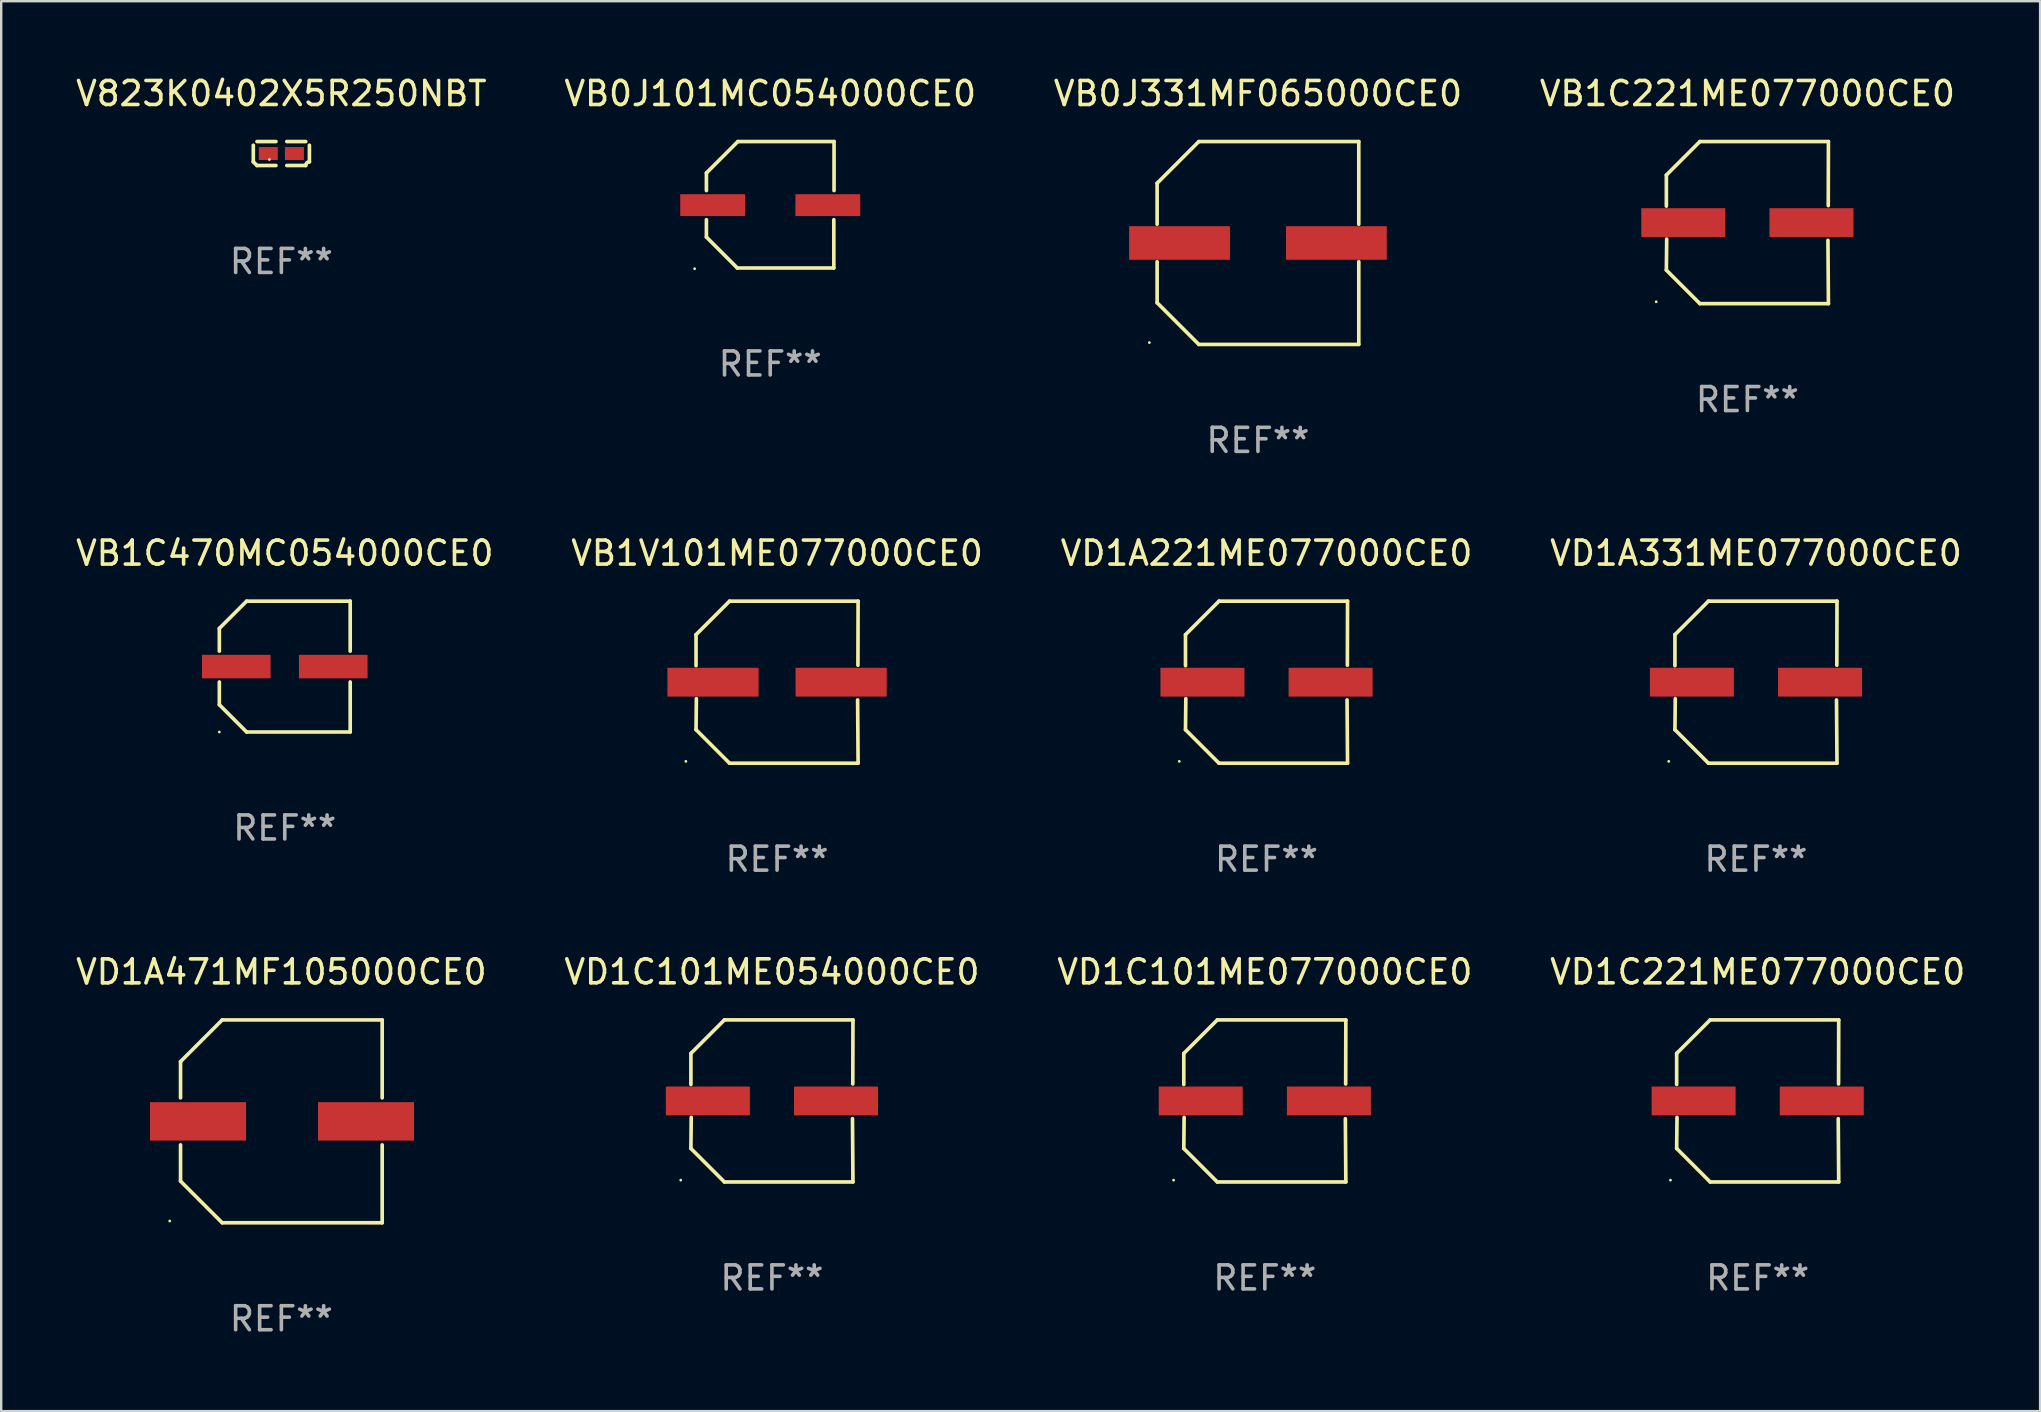
<source format=kicad_pcb>
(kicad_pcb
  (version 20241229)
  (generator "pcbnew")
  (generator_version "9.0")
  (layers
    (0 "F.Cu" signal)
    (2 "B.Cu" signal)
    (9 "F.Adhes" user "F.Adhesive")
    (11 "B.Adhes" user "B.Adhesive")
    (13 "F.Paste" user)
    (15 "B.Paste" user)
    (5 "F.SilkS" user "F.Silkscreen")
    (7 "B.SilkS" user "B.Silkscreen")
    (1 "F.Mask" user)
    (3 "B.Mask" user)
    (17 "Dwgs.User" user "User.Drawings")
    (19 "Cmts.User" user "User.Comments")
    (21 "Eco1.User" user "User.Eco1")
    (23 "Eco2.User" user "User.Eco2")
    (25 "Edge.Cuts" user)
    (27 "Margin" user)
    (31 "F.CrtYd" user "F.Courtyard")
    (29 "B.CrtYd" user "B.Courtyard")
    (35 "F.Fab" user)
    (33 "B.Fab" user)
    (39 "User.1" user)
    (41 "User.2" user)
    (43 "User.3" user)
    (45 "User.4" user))
  (footprint "VB0J101MC054000CE0"
    (layer "F.Cu")
    (at 29.042 5.482)
    (property "Reference" "VB0J101MC054000CE0" (at 0 -4.634 0) (layer "F.SilkS") (effects (font (size 1 1) (thickness 0.15))))
    (attr through_hole)
    (fp_line (start -2.659 -1.326) (end -2.659 -0.592) (stroke (width 0.152) (type solid)) (layer "F.SilkS"))
    (fp_line (start -2.659 1.346) (end -2.659 0.622) (stroke (width 0.152) (type solid)) (layer "F.SilkS"))
    (fp_line (start -1.372 2.634) (end -2.659 1.346) (stroke (width 0.152) (type solid)) (layer "F.SilkS"))
    (fp_line (start -1.349 -2.634) (end -2.659 -1.326) (stroke (width 0.152) (type solid)) (layer "F.SilkS"))
    (fp_line (start 2.649 0.622) (end 2.649 2.634) (stroke (width 0.152) (type solid)) (layer "F.SilkS"))
    (fp_line (start 2.649 2.634) (end -1.372 2.634) (stroke (width 0.152) (type solid)) (layer "F.SilkS"))
    (fp_line (start 2.659 -2.634) (end -1.349 -2.634) (stroke (width 0.152) (type solid)) (layer "F.SilkS"))
    (fp_line (start 2.659 -0.592) (end 2.659 -2.634) (stroke (width 0.152) (type solid)) (layer "F.SilkS"))
    (fp_circle (center -3.15 2.665) (end -3.12 2.665) (stroke (width 0.06) (type solid)) (fill no) (layer "F.SilkS"))
    (fp_text user "REF**" (at 0 6.634 0) (layer "F.Fab") (effects (font (size 1 1) (thickness 0.15))))
    (pad "1" smd rect (at -2.4 0.015) (size 2.7 0.91) (layers "F.Cu" "F.Mask" "F.Paste"))
    (pad "2" smd rect (at 2.4 0.015) (size 2.7 0.91) (layers "F.Cu" "F.Mask" "F.Paste")))
  (footprint "VD1C221ME077000CE0"
    (layer "F.Cu")
    (at 70.185 42.821)
    (property "Reference" "VD1C221ME077000CE0" (at 0 -5.376 0) (layer "F.SilkS") (effects (font (size 1 1) (thickness 0.15))))
    (attr through_hole)
    (fp_line (start -3.376 -1.98) (end -3.376 -0.686) (stroke (width 0.152) (type solid)) (layer "F.SilkS"))
    (fp_line (start -3.376 1.981) (end -3.362 0.686) (stroke (width 0.152) (type solid)) (layer "F.SilkS"))
    (fp_line (start -1.981 3.376) (end -3.376 1.981) (stroke (width 0.152) (type solid)) (layer "F.SilkS"))
    (fp_line (start -1.98 -3.376) (end -3.376 -1.98) (stroke (width 0.152) (type solid)) (layer "F.SilkS"))
    (fp_line (start 3.356 0.74) (end 3.376 3.376) (stroke (width 0.152) (type solid)) (layer "F.SilkS"))
    (fp_line (start 3.369 -0.707) (end 3.376 -3.376) (stroke (width 0.152) (type solid)) (layer "F.SilkS"))
    (fp_line (start 3.376 3.376) (end -1.981 3.376) (stroke (width 0.152) (type solid)) (layer "F.SilkS"))
    (fp_line (start 3.376 -3.376) (end -1.98 -3.376) (stroke (width 0.152) (type solid)) (layer "F.SilkS"))
    (fp_circle (center -3.634 3.3) (end -3.604 3.3) (stroke (width 0.06) (type solid)) (fill no) (layer "F.SilkS"))
    (fp_text user "REF**" (at 0 7.376 0) (layer "F.Fab") (effects (font (size 1 1) (thickness 0.15))))
    (pad "1" smd rect (at -2.67 0.000254) (size 3.5 1.2) (layers "F.Cu" "F.Mask" "F.Paste"))
    (pad "2" smd rect (at 2.67 0.000254) (size 3.5 1.2) (layers "F.Cu" "F.Mask" "F.Paste")))
  (footprint "VD1A471MF105000CE0"
    (layer "F.Cu")
    (at 8.673 43.672)
    (property "Reference" "VD1A471MF105000CE0" (at 0 -6.226 0) (layer "F.SilkS") (effects (font (size 1 1) (thickness 0.15))))
    (attr through_hole)
    (fp_line (start -4.201 -0.98) (end -4.201 -2.49) (stroke (width 0.152) (type solid)) (layer "F.SilkS"))
    (fp_line (start -4.201 2.49) (end -4.201 0.98) (stroke (width 0.152) (type solid)) (layer "F.SilkS"))
    (fp_line (start -2.465 -4.226) (end -4.201 -2.49) (stroke (width 0.152) (type solid)) (layer "F.SilkS"))
    (fp_line (start -2.465 4.226) (end -4.201 2.49) (stroke (width 0.152) (type solid)) (layer "F.SilkS"))
    (fp_line (start 4.201 -4.226) (end -2.465 -4.226) (stroke (width 0.152) (type solid)) (layer "F.SilkS"))
    (fp_line (start 4.201 -4.226) (end 4.201 -0.98) (stroke (width 0.152) (type solid)) (layer "F.SilkS"))
    (fp_line (start 4.201 0.98) (end 4.201 4.226) (stroke (width 0.152) (type solid)) (layer "F.SilkS"))
    (fp_line (start 4.201 4.226) (end -2.465 4.226) (stroke (width 0.152) (type solid)) (layer "F.SilkS"))
    (fp_circle (center -4.651 4.152) (end -4.621 4.152) (stroke (width 0.06) (type solid)) (fill no) (layer "F.SilkS"))
    (fp_text user "REF**" (at 0 8.226 0) (layer "F.Fab") (effects (font (size 1 1) (thickness 0.15))))
    (pad "1" smd rect (at -3.474 0) (size 4 1.6) (layers "F.Cu" "F.Mask" "F.Paste"))
    (pad "2" smd rect (at 3.526 0) (size 4 1.6) (layers "F.Cu" "F.Mask" "F.Paste")))
  (footprint "V823K0402X5R250NBT"
    (layer "F.Cu")
    (at 8.673 3.347)
    (property "Reference" "V823K0402X5R250NBT" (at 0 -2.499 0) (layer "F.SilkS") (effects (font (size 1 1) (thickness 0.15))))
    (attr through_hole)
    (fp_line (start -1.169 0.346) (end -1.169 -0.346) (stroke (width 0.152) (type solid)) (layer "F.SilkS"))
    (fp_line (start -1.016 -0.499) (end -0.226 -0.499) (stroke (width 0.152) (type solid)) (layer "F.SilkS"))
    (fp_line (start -0.226 0.499) (end -1.016 0.499) (stroke (width 0.152) (type solid)) (layer "F.SilkS"))
    (fp_line (start 0.226 0.499) (end 1.016 0.499) (stroke (width 0.152) (type solid)) (layer "F.SilkS"))
    (fp_line (start 1.016 -0.499) (end 0.226 -0.499) (stroke (width 0.152) (type solid)) (layer "F.SilkS"))
    (fp_line (start 1.169 0.346) (end 1.169 -0.346) (stroke (width 0.152) (type solid)) (layer "F.SilkS"))
    (fp_arc (start -1.016307 0.498603) (mid -1.092512 0.422405) (end -1.16871 0.3462) (stroke (width 0.1524) (type solid)) (layer "F.SilkS"))
    (fp_arc (start 1.016307 0.498603) (mid 1.060899 0.390758) (end 1.168707 0.346076) (stroke (width 0.1524) (type solid)) (layer "F.SilkS"))
    (fp_circle (center -0.5 0.25) (end -0.47 0.25) (stroke (width 0.06) (type solid)) (fill no) (layer "F.SilkS"))
    (fp_text user "REF**" (at 0 4.499 0) (layer "F.Fab") (effects (font (size 1 1) (thickness 0.15))))
    (pad "1" smd rect (at -0.545 0) (size 0.79 0.54) (layers "F.Cu" "F.Mask" "F.Paste"))
    (pad "2" smd rect (at 0.545 0) (size 0.79 0.54) (layers "F.Cu" "F.Mask" "F.Paste")))
  (footprint "VB1C470MC054000CE0"
    (layer "F.Cu")
    (at 8.815 24.723)
    (property "Reference" "VB1C470MC054000CE0" (at 0 -4.726 0) (layer "F.SilkS") (effects (font (size 1 1) (thickness 0.15))))
    (attr through_hole)
    (fp_line (start -2.726 -1.59) (end -1.59 -2.726) (stroke (width 0.152) (type solid)) (layer "F.SilkS"))
    (fp_line (start -2.726 -0.642) (end -2.726 -1.59) (stroke (width 0.152) (type solid)) (layer "F.SilkS"))
    (fp_line (start -2.726 0.642) (end -2.726 1.59) (stroke (width 0.152) (type solid)) (layer "F.SilkS"))
    (fp_line (start -2.726 1.59) (end -1.59 2.726) (stroke (width 0.152) (type solid)) (layer "F.SilkS"))
    (fp_line (start -1.59 -2.726) (end 2.726 -2.726) (stroke (width 0.152) (type solid)) (layer "F.SilkS"))
    (fp_line (start -1.59 2.726) (end 2.726 2.726) (stroke (width 0.152) (type solid)) (layer "F.SilkS"))
    (fp_line (start 2.726 -2.726) (end 2.726 -0.642) (stroke (width 0.152) (type solid)) (layer "F.SilkS"))
    (fp_line (start 2.726 2.726) (end 2.726 0.642) (stroke (width 0.152) (type solid)) (layer "F.SilkS"))
    (fp_circle (center -2.726 2.726) (end -2.696 2.726) (stroke (width 0.06) (type solid)) (fill no) (layer "F.SilkS"))
    (fp_text user "REF**" (at 0 6.726 0) (layer "F.Fab") (effects (font (size 1 1) (thickness 0.15))))
    (pad "1" smd rect (at -2.02 -0.000013) (size 2.86 0.98) (layers "F.Cu" "F.Mask" "F.Paste"))
    (pad "2" smd rect (at 2.02 -0.000013) (size 2.86 0.98) (layers "F.Cu" "F.Mask" "F.Paste")))
  (footprint "VD1C101ME054000CE0"
    (layer "F.Cu")
    (at 29.113 42.821)
    (property "Reference" "VD1C101ME054000CE0" (at 0 -5.376 0) (layer "F.SilkS") (effects (font (size 1 1) (thickness 0.15))))
    (attr through_hole)
    (fp_line (start -3.376 -1.98) (end -3.376 -0.686) (stroke (width 0.152) (type solid)) (layer "F.SilkS"))
    (fp_line (start -3.376 1.981) (end -3.362 0.686) (stroke (width 0.152) (type solid)) (layer "F.SilkS"))
    (fp_line (start -1.981 3.376) (end -3.376 1.981) (stroke (width 0.152) (type solid)) (layer "F.SilkS"))
    (fp_line (start -1.98 -3.376) (end -3.376 -1.98) (stroke (width 0.152) (type solid)) (layer "F.SilkS"))
    (fp_line (start 3.356 0.74) (end 3.376 3.376) (stroke (width 0.152) (type solid)) (layer "F.SilkS"))
    (fp_line (start 3.369 -0.707) (end 3.376 -3.376) (stroke (width 0.152) (type solid)) (layer "F.SilkS"))
    (fp_line (start 3.376 3.376) (end -1.981 3.376) (stroke (width 0.152) (type solid)) (layer "F.SilkS"))
    (fp_line (start 3.376 -3.376) (end -1.98 -3.376) (stroke (width 0.152) (type solid)) (layer "F.SilkS"))
    (fp_circle (center -3.8 3.3) (end -3.77 3.3) (stroke (width 0.06) (type solid)) (fill no) (layer "F.SilkS"))
    (fp_text user "REF**" (at 0 7.376 0) (layer "F.Fab") (effects (font (size 1 1) (thickness 0.15))))
    (pad "1" smd rect (at -2.67 0.000203) (size 3.5 1.2) (layers "F.Cu" "F.Mask" "F.Paste"))
    (pad "2" smd rect (at 2.67 0.000203) (size 3.5 1.2) (layers "F.Cu" "F.Mask" "F.Paste")))
  (footprint "VD1C101ME077000CE0"
    (layer "F.Cu")
    (at 49.649 42.821)
    (property "Reference" "VD1C101ME077000CE0" (at 0 -5.376 0) (layer "F.SilkS") (effects (font (size 1 1) (thickness 0.15))))
    (attr through_hole)
    (fp_line (start -3.376 -1.98) (end -3.376 -0.686) (stroke (width 0.152) (type solid)) (layer "F.SilkS"))
    (fp_line (start -3.376 1.981) (end -3.362 0.686) (stroke (width 0.152) (type solid)) (layer "F.SilkS"))
    (fp_line (start -1.981 3.376) (end -3.376 1.981) (stroke (width 0.152) (type solid)) (layer "F.SilkS"))
    (fp_line (start -1.98 -3.376) (end -3.376 -1.98) (stroke (width 0.152) (type solid)) (layer "F.SilkS"))
    (fp_line (start 3.356 0.74) (end 3.376 3.376) (stroke (width 0.152) (type solid)) (layer "F.SilkS"))
    (fp_line (start 3.369 -0.707) (end 3.376 -3.376) (stroke (width 0.152) (type solid)) (layer "F.SilkS"))
    (fp_line (start 3.376 3.376) (end -1.981 3.376) (stroke (width 0.152) (type solid)) (layer "F.SilkS"))
    (fp_line (start 3.376 -3.376) (end -1.98 -3.376) (stroke (width 0.152) (type solid)) (layer "F.SilkS"))
    (fp_circle (center -3.8 3.3) (end -3.77 3.3) (stroke (width 0.06) (type solid)) (fill no) (layer "F.SilkS"))
    (fp_text user "REF**" (at 0 7.376 0) (layer "F.Fab") (effects (font (size 1 1) (thickness 0.15))))
    (pad "1" smd rect (at -2.67 0.000203) (size 3.5 1.2) (layers "F.Cu" "F.Mask" "F.Paste"))
    (pad "2" smd rect (at 2.67 0.000203) (size 3.5 1.2) (layers "F.Cu" "F.Mask" "F.Paste")))
  (footprint "VB1C221ME077000CE0"
    (layer "F.Cu")
    (at 69.756 6.224)
    (property "Reference" "VB1C221ME077000CE0" (at 0 -5.376 0) (layer "F.SilkS") (effects (font (size 1 1) (thickness 0.15))))
    (attr through_hole)
    (fp_line (start -3.376 -1.98) (end -3.376 -0.686) (stroke (width 0.152) (type solid)) (layer "F.SilkS"))
    (fp_line (start -3.376 1.981) (end -3.362 0.686) (stroke (width 0.152) (type solid)) (layer "F.SilkS"))
    (fp_line (start -1.981 3.376) (end -3.376 1.981) (stroke (width 0.152) (type solid)) (layer "F.SilkS"))
    (fp_line (start -1.98 -3.376) (end -3.376 -1.98) (stroke (width 0.152) (type solid)) (layer "F.SilkS"))
    (fp_line (start 3.356 0.74) (end 3.376 3.376) (stroke (width 0.152) (type solid)) (layer "F.SilkS"))
    (fp_line (start 3.369 -0.707) (end 3.376 -3.376) (stroke (width 0.152) (type solid)) (layer "F.SilkS"))
    (fp_line (start 3.376 3.376) (end -1.981 3.376) (stroke (width 0.152) (type solid)) (layer "F.SilkS"))
    (fp_line (start 3.376 -3.376) (end -1.98 -3.376) (stroke (width 0.152) (type solid)) (layer "F.SilkS"))
    (fp_circle (center -3.8 3.3) (end -3.77 3.3) (stroke (width 0.06) (type solid)) (fill no) (layer "F.SilkS"))
    (fp_text user "REF**" (at 0 7.376 0) (layer "F.Fab") (effects (font (size 1 1) (thickness 0.15))))
    (pad "1" smd rect (at -2.67 0.000203) (size 3.5 1.2) (layers "F.Cu" "F.Mask" "F.Paste"))
    (pad "2" smd rect (at 2.67 0.000203) (size 3.5 1.2) (layers "F.Cu" "F.Mask" "F.Paste")))
  (footprint "VD1A221ME077000CE0"
    (layer "F.Cu")
    (at 49.72 25.373)
    (property "Reference" "VD1A221ME077000CE0" (at 0 -5.376 0) (layer "F.SilkS") (effects (font (size 1 1) (thickness 0.15))))
    (attr through_hole)
    (fp_line (start -3.376 -1.98) (end -3.376 -0.686) (stroke (width 0.152) (type solid)) (layer "F.SilkS"))
    (fp_line (start -3.376 1.981) (end -3.362 0.686) (stroke (width 0.152) (type solid)) (layer "F.SilkS"))
    (fp_line (start -1.981 3.376) (end -3.376 1.981) (stroke (width 0.152) (type solid)) (layer "F.SilkS"))
    (fp_line (start -1.98 -3.376) (end -3.376 -1.98) (stroke (width 0.152) (type solid)) (layer "F.SilkS"))
    (fp_line (start 3.356 0.74) (end 3.376 3.376) (stroke (width 0.152) (type solid)) (layer "F.SilkS"))
    (fp_line (start 3.369 -0.707) (end 3.376 -3.376) (stroke (width 0.152) (type solid)) (layer "F.SilkS"))
    (fp_line (start 3.376 3.376) (end -1.981 3.376) (stroke (width 0.152) (type solid)) (layer "F.SilkS"))
    (fp_line (start 3.376 -3.376) (end -1.98 -3.376) (stroke (width 0.152) (type solid)) (layer "F.SilkS"))
    (fp_circle (center -3.634 3.3) (end -3.604 3.3) (stroke (width 0.06) (type solid)) (fill no) (layer "F.SilkS"))
    (fp_text user "REF**" (at 0 7.376 0) (layer "F.Fab") (effects (font (size 1 1) (thickness 0.15))))
    (pad "1" smd rect (at -2.67 0.000254) (size 3.5 1.2) (layers "F.Cu" "F.Mask" "F.Paste"))
    (pad "2" smd rect (at 2.67 0.000254) (size 3.5 1.2) (layers "F.Cu" "F.Mask" "F.Paste")))
  (footprint "VD1A331ME077000CE0"
    (layer "F.Cu")
    (at 70.113 25.373)
    (property "Reference" "VD1A331ME077000CE0" (at 0 -5.376 0) (layer "F.SilkS") (effects (font (size 1 1) (thickness 0.15))))
    (attr through_hole)
    (fp_line (start -3.376 -1.98) (end -3.376 -0.686) (stroke (width 0.152) (type solid)) (layer "F.SilkS"))
    (fp_line (start -3.376 1.981) (end -3.362 0.686) (stroke (width 0.152) (type solid)) (layer "F.SilkS"))
    (fp_line (start -1.981 3.376) (end -3.376 1.981) (stroke (width 0.152) (type solid)) (layer "F.SilkS"))
    (fp_line (start -1.98 -3.376) (end -3.376 -1.98) (stroke (width 0.152) (type solid)) (layer "F.SilkS"))
    (fp_line (start 3.356 0.74) (end 3.376 3.376) (stroke (width 0.152) (type solid)) (layer "F.SilkS"))
    (fp_line (start 3.369 -0.707) (end 3.376 -3.376) (stroke (width 0.152) (type solid)) (layer "F.SilkS"))
    (fp_line (start 3.376 3.376) (end -1.981 3.376) (stroke (width 0.152) (type solid)) (layer "F.SilkS"))
    (fp_line (start 3.376 -3.376) (end -1.98 -3.376) (stroke (width 0.152) (type solid)) (layer "F.SilkS"))
    (fp_circle (center -3.634 3.3) (end -3.604 3.3) (stroke (width 0.06) (type solid)) (fill no) (layer "F.SilkS"))
    (fp_text user "REF**" (at 0 7.376 0) (layer "F.Fab") (effects (font (size 1 1) (thickness 0.15))))
    (pad "1" smd rect (at -2.67 0.000254) (size 3.5 1.2) (layers "F.Cu" "F.Mask" "F.Paste"))
    (pad "2" smd rect (at 2.67 0.000254) (size 3.5 1.2) (layers "F.Cu" "F.Mask" "F.Paste")))
  (footprint "VB0J331MF065000CE0"
    (layer "F.Cu")
    (at 49.363 7.074)
    (property "Reference" "VB0J331MF065000CE0" (at 0 -6.226 0) (layer "F.SilkS") (effects (font (size 1 1) (thickness 0.15))))
    (attr through_hole)
    (fp_line (start -4.201 -2.49) (end -4.201 -0.782) (stroke (width 0.152) (type solid)) (layer "F.SilkS"))
    (fp_line (start -4.201 2.49) (end -4.201 0.782) (stroke (width 0.152) (type solid)) (layer "F.SilkS"))
    (fp_line (start -2.465 -4.226) (end -4.201 -2.49) (stroke (width 0.152) (type solid)) (layer "F.SilkS"))
    (fp_line (start -2.465 4.226) (end -4.201 2.49) (stroke (width 0.152) (type solid)) (layer "F.SilkS"))
    (fp_line (start 4.201 -4.226) (end -2.465 -4.226) (stroke (width 0.152) (type solid)) (layer "F.SilkS"))
    (fp_line (start 4.201 -0.782) (end 4.201 -4.226) (stroke (width 0.152) (type solid)) (layer "F.SilkS"))
    (fp_line (start 4.201 0.782) (end 4.201 4.226) (stroke (width 0.152) (type solid)) (layer "F.SilkS"))
    (fp_line (start 4.201 4.226) (end -2.465 4.226) (stroke (width 0.152) (type solid)) (layer "F.SilkS"))
    (fp_circle (center -4.524 4.15) (end -4.494 4.15) (stroke (width 0.06) (type solid)) (fill no) (layer "F.SilkS"))
    (fp_text user "REF**" (at 0 8.226 0) (layer "F.Fab") (effects (font (size 1 1) (thickness 0.15))))
    (pad "1" smd rect (at -3.267 0) (size 4.2 1.4) (layers "F.Cu" "F.Mask" "F.Paste"))
    (pad "2" smd rect (at 3.267 0) (size 4.2 1.4) (layers "F.Cu" "F.Mask" "F.Paste")))
  (footprint "VB1V101ME077000CE0"
    (layer "F.Cu")
    (at 29.327 25.373)
    (property "Reference" "VB1V101ME077000CE0" (at 0 -5.376 0) (layer "F.SilkS") (effects (font (size 1 1) (thickness 0.15))))
    (attr through_hole)
    (fp_line (start -3.376 -1.98) (end -3.376 -0.686) (stroke (width 0.152) (type solid)) (layer "F.SilkS"))
    (fp_line (start -3.376 1.981) (end -3.362 0.686) (stroke (width 0.152) (type solid)) (layer "F.SilkS"))
    (fp_line (start -1.981 3.376) (end -3.376 1.981) (stroke (width 0.152) (type solid)) (layer "F.SilkS"))
    (fp_line (start -1.98 -3.376) (end -3.376 -1.98) (stroke (width 0.152) (type solid)) (layer "F.SilkS"))
    (fp_line (start 3.356 0.74) (end 3.376 3.376) (stroke (width 0.152) (type solid)) (layer "F.SilkS"))
    (fp_line (start 3.369 -0.707) (end 3.376 -3.376) (stroke (width 0.152) (type solid)) (layer "F.SilkS"))
    (fp_line (start 3.376 3.376) (end -1.981 3.376) (stroke (width 0.152) (type solid)) (layer "F.SilkS"))
    (fp_line (start 3.376 -3.376) (end -1.98 -3.376) (stroke (width 0.152) (type solid)) (layer "F.SilkS"))
    (fp_circle (center -3.8 3.3) (end -3.77 3.3) (stroke (width 0.06) (type solid)) (fill no) (layer "F.SilkS"))
    (fp_text user "REF**" (at 0 7.376 0) (layer "F.Fab") (effects (font (size 1 1) (thickness 0.15))))
    (pad "1" smd rect (at -2.67 0.000254) (size 3.8 1.2) (layers "F.Cu" "F.Mask" "F.Paste"))
    (pad "2" smd rect (at 2.67 0.000254) (size 3.8 1.2) (layers "F.Cu" "F.Mask" "F.Paste")))
  (gr_rect
    (start -3 -3)
    (end 81.952 55.746)
    (stroke (width 0.1) (type default))
    (fill no)
    (layer "Edge.Cuts")))
</source>
